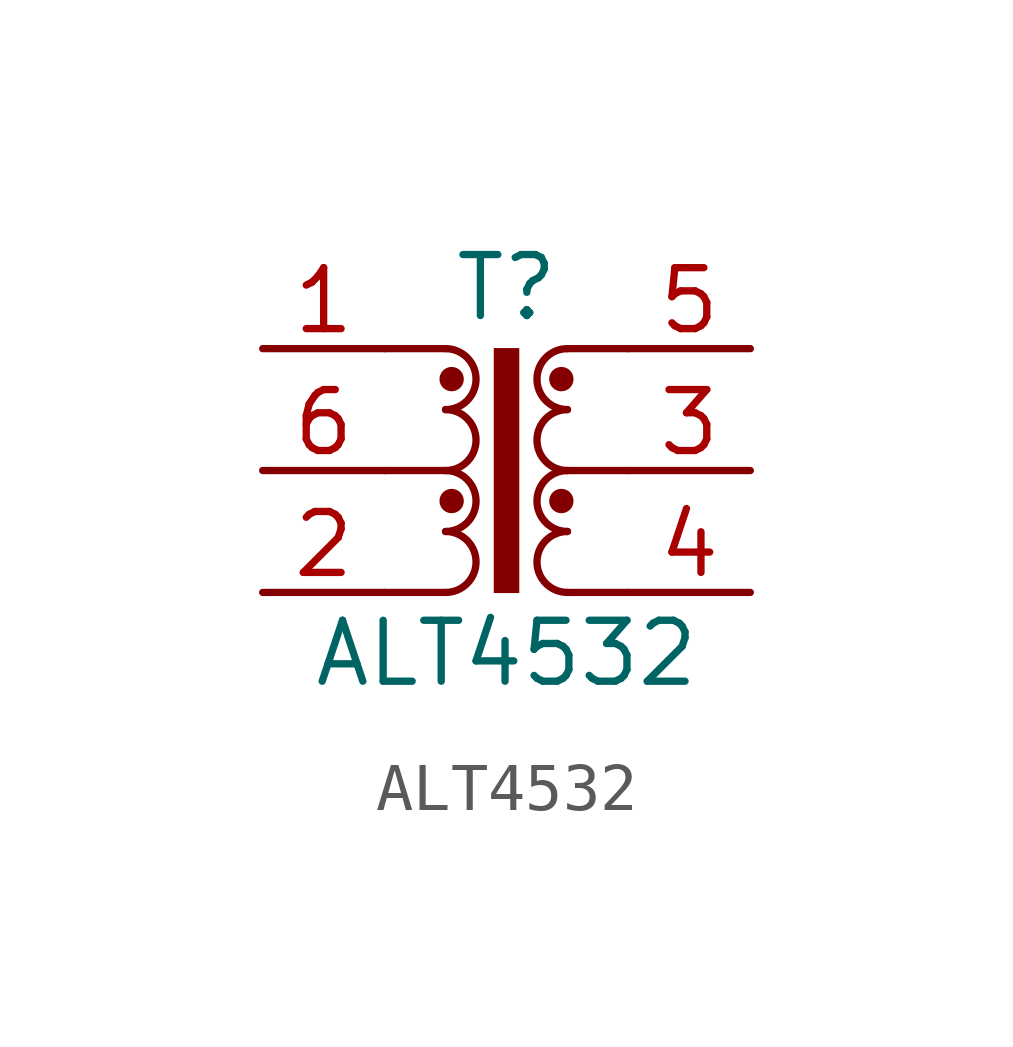
<source format=kicad_sym>
(kicad_symbol_lib
  (version 20211014)
  (generator kicad_symbol_editor)
  (symbol "ALT4532"
    (property "Reference" "T"
      (at 0 3.81 0)
      (effects (font (size 1.27 1.27))))
    (property "Value" "ALT4532"
      (at 0 -3.81 0)
      (effects (font (size 1.27 1.27))))
    (symbol "ALT4532_0_1"
      (arc (start -1.27 -2.54) (mid -0.635 -1.905) (end -1.27 -1.27) (stroke (width 0) (type default) (color 0 0 0 0)) (fill (type none)))
      (arc (start -1.27 -1.27) (mid -0.635 -0.635) (end -1.27 0) (stroke (width 0) (type default) (color 0 0 0 0)) (fill (type none)))
      (rectangle (start -0.254 2.54) (end 0.254 -2.54) (stroke (width 0.025) (type default) (color 0 0 0 0)) (fill (type outline)))
      (polyline (pts (xy -2.54 -2.54) (xy -1.27 -2.54)) (stroke (width 0) (type default) (color 0 0 0 0)) (fill (type none)))
      (polyline (pts (xy -2.54 0) (xy -1.27 0)) (stroke (width 0) (type default) (color 0 0 0 0)) (fill (type none)))
      (polyline (pts (xy -2.54 2.54) (xy -1.27 2.54)) (stroke (width 0) (type default) (color 0 0 0 0)) (fill (type none)))
      (polyline (pts (xy 1.27 -2.54) (xy 2.54 -2.54)) (stroke (width 0) (type default) (color 0 0 0 0)) (fill (type none)))
      (polyline (pts (xy 1.27 0) (xy 2.54 0)) (stroke (width 0) (type default) (color 0 0 0 0)) (fill (type none)))
      (polyline (pts (xy 1.27 2.54) (xy 2.54 2.54)) (stroke (width 0) (type default) (color 0 0 0 0)) (fill (type none))))
    (symbol "ALT4532_1_1"
      (arc (start -1.27 0) (mid -0.635 0.635) (end -1.27 1.27) (stroke (width 0) (type default) (color 0 0 0 0)) (fill (type none)))
      (arc (start -1.27 1.27) (mid -0.635 1.905) (end -1.27 2.54) (stroke (width 0) (type default) (color 0 0 0 0)) (fill (type none)))
      (circle (center -1.143 -0.635) (radius 0.127) (stroke (width 0.254) (type default) (color 0 0 0 0)) (fill (type none)))
      (circle (center -1.143 1.905) (radius 0.127) (stroke (width 0.254) (type default) (color 0 0 0 0)) (fill (type none)))
      (circle (center 1.143 -0.635) (radius 0.127) (stroke (width 0.254) (type default) (color 0 0 0 0)) (fill (type none)))
      (circle (center 1.143 1.905) (radius 0.127) (stroke (width 0.254) (type default) (color 0 0 0 0)) (fill (type none)))
      (arc (start 1.27 -1.27) (mid 0.635 -1.905) (end 1.27 -2.54) (stroke (width 0) (type default) (color 0 0 0 0)) (fill (type none)))
      (arc (start 1.27 0) (mid 0.635 -0.635) (end 1.27 -1.27) (stroke (width 0) (type default) (color 0 0 0 0)) (fill (type none)))
      (arc (start 1.27 1.27) (mid 0.635 0.635) (end 1.27 0) (stroke (width 0) (type default) (color 0 0 0 0)) (fill (type none)))
      (arc (start 1.27 2.54) (mid 0.635 1.905) (end 1.27 1.27) (stroke (width 0) (type default) (color 0 0 0 0)) (fill (type none)))
      (pin passive line (at -5.08 2.54 0) (length 2.54) (name "~" (effects (font (size 1.27 1.27)))) (number "1" (effects (font (size 1.27 1.27)))))
      (pin passive line (at -5.08 -2.54 0) (length 2.54) (name "~" (effects (font (size 1.27 1.27)))) (number "2" (effects (font (size 1.27 1.27)))))
      (pin passive line (at 5.08 0 180) (length 2.54) (name "~" (effects (font (size 1.27 1.27)))) (number "3" (effects (font (size 1.27 1.27)))))
      (pin passive line (at 5.08 -2.54 180) (length 2.54) (name "~" (effects (font (size 1.27 1.27)))) (number "4" (effects (font (size 1.27 1.27)))))
      (pin passive line (at 5.08 2.54 180) (length 2.54) (name "~" (effects (font (size 1.27 1.27)))) (number "5" (effects (font (size 1.27 1.27)))))
      (pin passive line (at -5.08 0 0) (length 2.54) (name "~" (effects (font (size 1.27 1.27)))) (number "6" (effects (font (size 1.27 1.27))))))))
</source>
